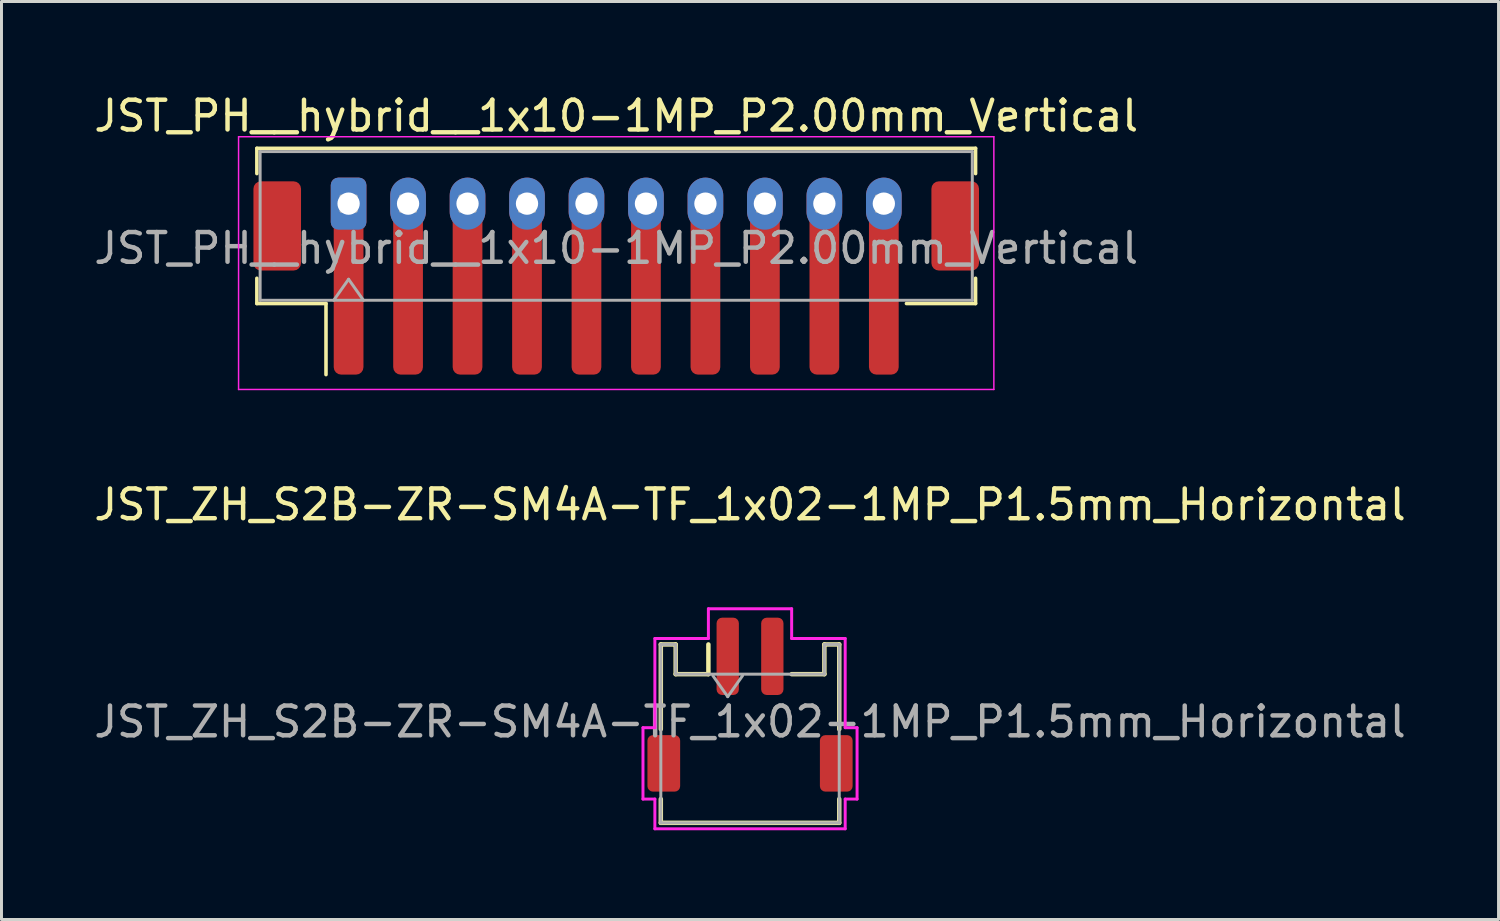
<source format=kicad_pcb>
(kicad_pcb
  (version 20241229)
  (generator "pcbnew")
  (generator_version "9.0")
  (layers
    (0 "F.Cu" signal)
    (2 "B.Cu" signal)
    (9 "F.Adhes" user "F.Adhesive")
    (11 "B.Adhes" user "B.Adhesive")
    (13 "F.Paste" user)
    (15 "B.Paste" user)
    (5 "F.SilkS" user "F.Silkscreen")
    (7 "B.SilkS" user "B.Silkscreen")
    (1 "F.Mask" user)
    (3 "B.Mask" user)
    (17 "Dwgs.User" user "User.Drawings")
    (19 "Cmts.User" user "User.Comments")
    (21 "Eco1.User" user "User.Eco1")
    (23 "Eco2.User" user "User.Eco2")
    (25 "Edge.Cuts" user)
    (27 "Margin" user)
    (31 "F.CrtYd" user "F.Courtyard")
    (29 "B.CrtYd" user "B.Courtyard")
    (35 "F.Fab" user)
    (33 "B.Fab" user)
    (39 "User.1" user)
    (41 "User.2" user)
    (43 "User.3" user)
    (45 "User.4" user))
  (footprint "JST_PH__hybrid__1x10-1MP_P2.00mm_Vertical"
    (layer "F.Cu")
    (at 17.673 6.298)
    (property "Reference" "JST_PH__hybrid__1x10-1MP_P2.00mm_Vertical" (at 0 -5.45 0) (layer "F.SilkS") (effects (font (size 1 1) (thickness 0.15))))
    (attr smd)
    (fp_line (start -12.085 -4.36) (end 12.085 -4.36) (stroke (width 0.12) (type solid)) (layer "F.SilkS"))
    (fp_line (start -12.085 -3.51) (end -12.085 -4.36) (stroke (width 0.12) (type solid)) (layer "F.SilkS"))
    (fp_line (start -12.085 0.01) (end -12.085 0.86) (stroke (width 0.12) (type solid)) (layer "F.SilkS"))
    (fp_line (start -12.085 0.86) (end -9.76 0.86) (stroke (width 0.12) (type solid)) (layer "F.SilkS"))
    (fp_line (start -9.76 0.86) (end -9.76 3.25) (stroke (width 0.12) (type solid)) (layer "F.SilkS"))
    (fp_line (start 12.085 -4.36) (end 12.085 -3.51) (stroke (width 0.12) (type solid)) (layer "F.SilkS"))
    (fp_line (start 12.085 0.01) (end 12.085 0.86) (stroke (width 0.12) (type solid)) (layer "F.SilkS"))
    (fp_line (start 12.085 0.86) (end 9.76 0.86) (stroke (width 0.12) (type solid)) (layer "F.SilkS"))
    (fp_line (start -12.7 -4.75) (end -12.7 3.75) (stroke (width 0.05) (type solid)) (layer "F.CrtYd"))
    (fp_line (start -12.7 3.75) (end 12.7 3.75) (stroke (width 0.05) (type solid)) (layer "F.CrtYd"))
    (fp_line (start 12.7 -4.75) (end -12.7 -4.75) (stroke (width 0.05) (type solid)) (layer "F.CrtYd"))
    (fp_line (start 12.7 3.75) (end 12.7 -4.75) (stroke (width 0.05) (type solid)) (layer "F.CrtYd"))
    (fp_line (start -11.975 -4.25) (end 11.975 -4.25) (stroke (width 0.1) (type solid)) (layer "F.Fab"))
    (fp_line (start -11.975 0.75) (end -11.975 -4.25) (stroke (width 0.1) (type solid)) (layer "F.Fab"))
    (fp_line (start -11.975 0.75) (end 11.975 0.75) (stroke (width 0.1) (type solid)) (layer "F.Fab"))
    (fp_line (start -9.5 0.75) (end -9 0.043) (stroke (width 0.1) (type solid)) (layer "F.Fab"))
    (fp_line (start -9.25 -2.75) (end -9.25 -2.25) (stroke (width 0.1) (type solid)) (layer "F.Fab"))
    (fp_line (start -9.25 -2.25) (end -8.75 -2.25) (stroke (width 0.1) (type solid)) (layer "F.Fab"))
    (fp_line (start -9 0.043) (end -8.5 0.75) (stroke (width 0.1) (type solid)) (layer "F.Fab"))
    (fp_line (start -8.75 -2.75) (end -9.25 -2.75) (stroke (width 0.1) (type solid)) (layer "F.Fab"))
    (fp_line (start -8.75 -2.25) (end -8.75 -2.75) (stroke (width 0.1) (type solid)) (layer "F.Fab"))
    (fp_line (start -7.25 -2.75) (end -7.25 -2.25) (stroke (width 0.1) (type solid)) (layer "F.Fab"))
    (fp_line (start -7.25 -2.25) (end -6.75 -2.25) (stroke (width 0.1) (type solid)) (layer "F.Fab"))
    (fp_line (start -6.75 -2.75) (end -7.25 -2.75) (stroke (width 0.1) (type solid)) (layer "F.Fab"))
    (fp_line (start -6.75 -2.25) (end -6.75 -2.75) (stroke (width 0.1) (type solid)) (layer "F.Fab"))
    (fp_line (start -5.25 -2.75) (end -5.25 -2.25) (stroke (width 0.1) (type solid)) (layer "F.Fab"))
    (fp_line (start -5.25 -2.25) (end -4.75 -2.25) (stroke (width 0.1) (type solid)) (layer "F.Fab"))
    (fp_line (start -4.75 -2.75) (end -5.25 -2.75) (stroke (width 0.1) (type solid)) (layer "F.Fab"))
    (fp_line (start -4.75 -2.25) (end -4.75 -2.75) (stroke (width 0.1) (type solid)) (layer "F.Fab"))
    (fp_line (start -3.25 -2.75) (end -3.25 -2.25) (stroke (width 0.1) (type solid)) (layer "F.Fab"))
    (fp_line (start -3.25 -2.25) (end -2.75 -2.25) (stroke (width 0.1) (type solid)) (layer "F.Fab"))
    (fp_line (start -2.75 -2.75) (end -3.25 -2.75) (stroke (width 0.1) (type solid)) (layer "F.Fab"))
    (fp_line (start -2.75 -2.25) (end -2.75 -2.75) (stroke (width 0.1) (type solid)) (layer "F.Fab"))
    (fp_line (start -1.25 -2.75) (end -1.25 -2.25) (stroke (width 0.1) (type solid)) (layer "F.Fab"))
    (fp_line (start -1.25 -2.25) (end -0.75 -2.25) (stroke (width 0.1) (type solid)) (layer "F.Fab"))
    (fp_line (start -0.75 -2.75) (end -1.25 -2.75) (stroke (width 0.1) (type solid)) (layer "F.Fab"))
    (fp_line (start -0.75 -2.25) (end -0.75 -2.75) (stroke (width 0.1) (type solid)) (layer "F.Fab"))
    (fp_line (start 0.75 -2.75) (end 0.75 -2.25) (stroke (width 0.1) (type solid)) (layer "F.Fab"))
    (fp_line (start 0.75 -2.25) (end 1.25 -2.25) (stroke (width 0.1) (type solid)) (layer "F.Fab"))
    (fp_line (start 1.25 -2.75) (end 0.75 -2.75) (stroke (width 0.1) (type solid)) (layer "F.Fab"))
    (fp_line (start 1.25 -2.25) (end 1.25 -2.75) (stroke (width 0.1) (type solid)) (layer "F.Fab"))
    (fp_line (start 2.75 -2.75) (end 2.75 -2.25) (stroke (width 0.1) (type solid)) (layer "F.Fab"))
    (fp_line (start 2.75 -2.25) (end 3.25 -2.25) (stroke (width 0.1) (type solid)) (layer "F.Fab"))
    (fp_line (start 3.25 -2.75) (end 2.75 -2.75) (stroke (width 0.1) (type solid)) (layer "F.Fab"))
    (fp_line (start 3.25 -2.25) (end 3.25 -2.75) (stroke (width 0.1) (type solid)) (layer "F.Fab"))
    (fp_line (start 4.75 -2.75) (end 4.75 -2.25) (stroke (width 0.1) (type solid)) (layer "F.Fab"))
    (fp_line (start 4.75 -2.25) (end 5.25 -2.25) (stroke (width 0.1) (type solid)) (layer "F.Fab"))
    (fp_line (start 5.25 -2.75) (end 4.75 -2.75) (stroke (width 0.1) (type solid)) (layer "F.Fab"))
    (fp_line (start 5.25 -2.25) (end 5.25 -2.75) (stroke (width 0.1) (type solid)) (layer "F.Fab"))
    (fp_line (start 6.75 -2.75) (end 6.75 -2.25) (stroke (width 0.1) (type solid)) (layer "F.Fab"))
    (fp_line (start 6.75 -2.25) (end 7.25 -2.25) (stroke (width 0.1) (type solid)) (layer "F.Fab"))
    (fp_line (start 7.25 -2.75) (end 6.75 -2.75) (stroke (width 0.1) (type solid)) (layer "F.Fab"))
    (fp_line (start 7.25 -2.25) (end 7.25 -2.75) (stroke (width 0.1) (type solid)) (layer "F.Fab"))
    (fp_line (start 8.75 -2.75) (end 8.75 -2.25) (stroke (width 0.1) (type solid)) (layer "F.Fab"))
    (fp_line (start 8.75 -2.25) (end 9.25 -2.25) (stroke (width 0.1) (type solid)) (layer "F.Fab"))
    (fp_line (start 9.25 -2.75) (end 8.75 -2.75) (stroke (width 0.1) (type solid)) (layer "F.Fab"))
    (fp_line (start 9.25 -2.25) (end 9.25 -2.75) (stroke (width 0.1) (type solid)) (layer "F.Fab"))
    (fp_line (start 11.975 0.75) (end 11.975 -4.25) (stroke (width 0.1) (type solid)) (layer "F.Fab"))
    (fp_text user "NB: clean solder paste if using as through-hole" (at 0 1.6 0) (unlocked yes) (layer "Eco1.User") (effects (font (size 0.6 0.6) (thickness 0.08))))
    (fp_text user "${REFERENCE}" (at 0 -1 0) (layer "F.Fab") (effects (font (size 1 1) (thickness 0.15))))
    (pad "1" thru_hole roundrect (at -9 -2.5) (size 1.2 1.75) (drill 0.75) (layers "*.Cu" "*.Mask") (roundrect_rratio 0.208))
    (pad "1" smd roundrect (at -9 0.5) (size 1 5.5) (layers "F.Cu" "F.Mask" "F.Paste") (roundrect_rratio 0.25))
    (pad "2" thru_hole oval (at -7 -2.5) (size 1.2 1.75) (drill 0.75) (layers "*.Cu" "*.Mask"))
    (pad "2" smd roundrect (at -7 0.5) (size 1 5.5) (layers "F.Cu" "F.Mask" "F.Paste") (roundrect_rratio 0.25))
    (pad "3" thru_hole oval (at -5 -2.5) (size 1.2 1.75) (drill 0.75) (layers "*.Cu" "*.Mask"))
    (pad "3" smd roundrect (at -5 0.5) (size 1 5.5) (layers "F.Cu" "F.Mask" "F.Paste") (roundrect_rratio 0.25))
    (pad "4" thru_hole oval (at -3 -2.5) (size 1.2 1.75) (drill 0.75) (layers "*.Cu" "*.Mask"))
    (pad "4" smd roundrect (at -3 0.5) (size 1 5.5) (layers "F.Cu" "F.Mask" "F.Paste") (roundrect_rratio 0.25))
    (pad "5" thru_hole oval (at -1 -2.5) (size 1.2 1.75) (drill 0.75) (layers "*.Cu" "*.Mask"))
    (pad "5" smd roundrect (at -1 0.5) (size 1 5.5) (layers "F.Cu" "F.Mask" "F.Paste") (roundrect_rratio 0.25))
    (pad "6" thru_hole oval (at 1 -2.5) (size 1.2 1.75) (drill 0.75) (layers "*.Cu" "*.Mask"))
    (pad "6" smd roundrect (at 1 0.5) (size 1 5.5) (layers "F.Cu" "F.Mask" "F.Paste") (roundrect_rratio 0.25))
    (pad "7" thru_hole oval (at 3 -2.5) (size 1.2 1.75) (drill 0.75) (layers "*.Cu" "*.Mask"))
    (pad "7" smd roundrect (at 3 0.5) (size 1 5.5) (layers "F.Cu" "F.Mask" "F.Paste") (roundrect_rratio 0.25))
    (pad "8" thru_hole oval (at 5 -2.5) (size 1.2 1.75) (drill 0.75) (layers "*.Cu" "*.Mask"))
    (pad "8" smd roundrect (at 5 0.5) (size 1 5.5) (layers "F.Cu" "F.Mask" "F.Paste") (roundrect_rratio 0.25))
    (pad "9" thru_hole oval (at 7 -2.5) (size 1.2 1.75) (drill 0.75) (layers "*.Cu" "*.Mask"))
    (pad "9" smd roundrect (at 7 0.5) (size 1 5.5) (layers "F.Cu" "F.Mask" "F.Paste") (roundrect_rratio 0.25))
    (pad "10" thru_hole oval (at 9 -2.5) (size 1.2 1.75) (drill 0.75) (layers "*.Cu" "*.Mask"))
    (pad "10" smd roundrect (at 9 0.5) (size 1 5.5) (layers "F.Cu" "F.Mask" "F.Paste") (roundrect_rratio 0.25))
    (pad "MP" smd roundrect (at -11.4 -1.75) (size 1.6 3) (layers "F.Cu" "F.Mask" "F.Paste") (roundrect_rratio 0.156))
    (pad "MP" smd roundrect (at 11.4 -1.75) (size 1.6 3) (layers "F.Cu" "F.Mask" "F.Paste") (roundrect_rratio 0.156)))
  (footprint "JST_ZH_S2B-ZR-SM4A-TF_1x02-1MP_P1.5mm_Horizontal"
    (layer "F.Cu")
    (at 22.173 21.622)
    (property "Reference" "JST_ZH_S2B-ZR-SM4A-TF_1x02-1MP_P1.5mm_Horizontal" (at 0 -7.7 0) (layer "F.SilkS") (effects (font (size 1 1) (thickness 0.15))))
    (attr smd)
    (fp_line (start -3 -3) (end -2.5 -3) (stroke (width 0.15) (type solid)) (layer "F.SilkS"))
    (fp_line (start -3 -0.15) (end -3 -3) (stroke (width 0.15) (type solid)) (layer "F.SilkS"))
    (fp_line (start -3 3) (end -3 2.2) (stroke (width 0.15) (type solid)) (layer "F.SilkS"))
    (fp_line (start -3 3) (end 3 3) (stroke (width 0.15) (type solid)) (layer "F.SilkS"))
    (fp_line (start -2.5 -3) (end -2.5 -2) (stroke (width 0.15) (type solid)) (layer "F.SilkS"))
    (fp_line (start -2.5 -2) (end -1.4 -2) (stroke (width 0.15) (type solid)) (layer "F.SilkS"))
    (fp_line (start -1.4 -2) (end -1.4 -3) (stroke (width 0.15) (type solid)) (layer "F.SilkS"))
    (fp_line (start 2.5 -3) (end 2.5 -2) (stroke (width 0.15) (type solid)) (layer "F.SilkS"))
    (fp_line (start 2.5 -2) (end 1.4 -2) (stroke (width 0.15) (type solid)) (layer "F.SilkS"))
    (fp_line (start 3 -3) (end 2.5 -3) (stroke (width 0.15) (type solid)) (layer "F.SilkS"))
    (fp_line (start 3 -0.15) (end 3 -3) (stroke (width 0.15) (type solid)) (layer "F.SilkS"))
    (fp_line (start 3 3) (end 3 2.2) (stroke (width 0.15) (type solid)) (layer "F.SilkS"))
    (fp_line (start -3.6 -0.2) (end -3.2 -0.2) (stroke (width 0.1) (type solid)) (layer "F.CrtYd"))
    (fp_line (start -3.6 2.2) (end -3.6 -0.2) (stroke (width 0.1) (type solid)) (layer "F.CrtYd"))
    (fp_line (start -3.2 -3.2) (end -1.4 -3.2) (stroke (width 0.1) (type solid)) (layer "F.CrtYd"))
    (fp_line (start -3.2 -0.2) (end -3.2 -3.2) (stroke (width 0.1) (type solid)) (layer "F.CrtYd"))
    (fp_line (start -3.2 2.2) (end -3.6 2.2) (stroke (width 0.1) (type solid)) (layer "F.CrtYd"))
    (fp_line (start -3.2 3.2) (end -3.2 2.2) (stroke (width 0.1) (type solid)) (layer "F.CrtYd"))
    (fp_line (start -1.4 -4.2) (end 1.4 -4.2) (stroke (width 0.1) (type solid)) (layer "F.CrtYd"))
    (fp_line (start -1.4 -3.2) (end -1.4 -4.2) (stroke (width 0.1) (type solid)) (layer "F.CrtYd"))
    (fp_line (start 1.4 -4.2) (end 1.4 -3.2) (stroke (width 0.1) (type solid)) (layer "F.CrtYd"))
    (fp_line (start 1.4 -3.2) (end 3.2 -3.2) (stroke (width 0.1) (type solid)) (layer "F.CrtYd"))
    (fp_line (start 3.2 -3.2) (end 3.2 -0.2) (stroke (width 0.1) (type solid)) (layer "F.CrtYd"))
    (fp_line (start 3.2 -0.2) (end 3.6 -0.2) (stroke (width 0.1) (type solid)) (layer "F.CrtYd"))
    (fp_line (start 3.2 2.2) (end 3.2 3.2) (stroke (width 0.1) (type solid)) (layer "F.CrtYd"))
    (fp_line (start 3.2 3.2) (end -3.2 3.2) (stroke (width 0.1) (type solid)) (layer "F.CrtYd"))
    (fp_line (start 3.6 -0.2) (end 3.6 2.2) (stroke (width 0.1) (type solid)) (layer "F.CrtYd"))
    (fp_line (start 3.6 2.2) (end 3.2 2.2) (stroke (width 0.1) (type solid)) (layer "F.CrtYd"))
    (fp_line (start -3 -3) (end -3 3) (stroke (width 0.1) (type solid)) (layer "F.Fab"))
    (fp_line (start -3 3) (end 3 3) (stroke (width 0.1) (type solid)) (layer "F.Fab"))
    (fp_line (start -2.5 -3) (end -3 -3) (stroke (width 0.1) (type solid)) (layer "F.Fab"))
    (fp_line (start -2.5 -2) (end -2.5 -3) (stroke (width 0.1) (type solid)) (layer "F.Fab"))
    (fp_line (start -1.25 -1.95) (end -0.75 -1.243) (stroke (width 0.1) (type solid)) (layer "F.Fab"))
    (fp_line (start -0.75 -1.243) (end -0.25 -1.95) (stroke (width 0.1) (type solid)) (layer "F.Fab"))
    (fp_line (start 2.5 -3) (end 2.5 -2) (stroke (width 0.1) (type solid)) (layer "F.Fab"))
    (fp_line (start 2.5 -2) (end -2.5 -2) (stroke (width 0.1) (type solid)) (layer "F.Fab"))
    (fp_line (start 3 -3) (end 2.5 -3) (stroke (width 0.1) (type solid)) (layer "F.Fab"))
    (fp_line (start 3 3) (end 3 -3) (stroke (width 0.1) (type solid)) (layer "F.Fab"))
    (fp_text user "${REFERENCE}" (at 0 -0.4 0) (layer "F.Fab") (effects (font (size 1 1) (thickness 0.15))))
    (pad "1" smd roundrect (at -0.75 -2.6) (size 0.75 2.6) (layers "F.Cu" "F.Mask" "F.Paste") (roundrect_rratio 0.25))
    (pad "2" smd roundrect (at 0.75 -2.6) (size 0.75 2.6) (layers "F.Cu" "F.Mask" "F.Paste") (roundrect_rratio 0.25))
    (pad "MP" smd roundrect (at -2.9 1) (size 1.1 1.9) (layers "F.Cu" "F.Mask" "F.Paste") (roundrect_rratio 0.167))
    (pad "MP" smd roundrect (at 2.9 1) (size 1.1 1.9) (layers "F.Cu" "F.Mask" "F.Paste") (roundrect_rratio 0.167)))
  (gr_rect
    (start -3 -3)
    (end 47.345 27.872)
    (stroke (width 0.1) (type default))
    (fill no)
    (layer "Edge.Cuts")))
</source>
